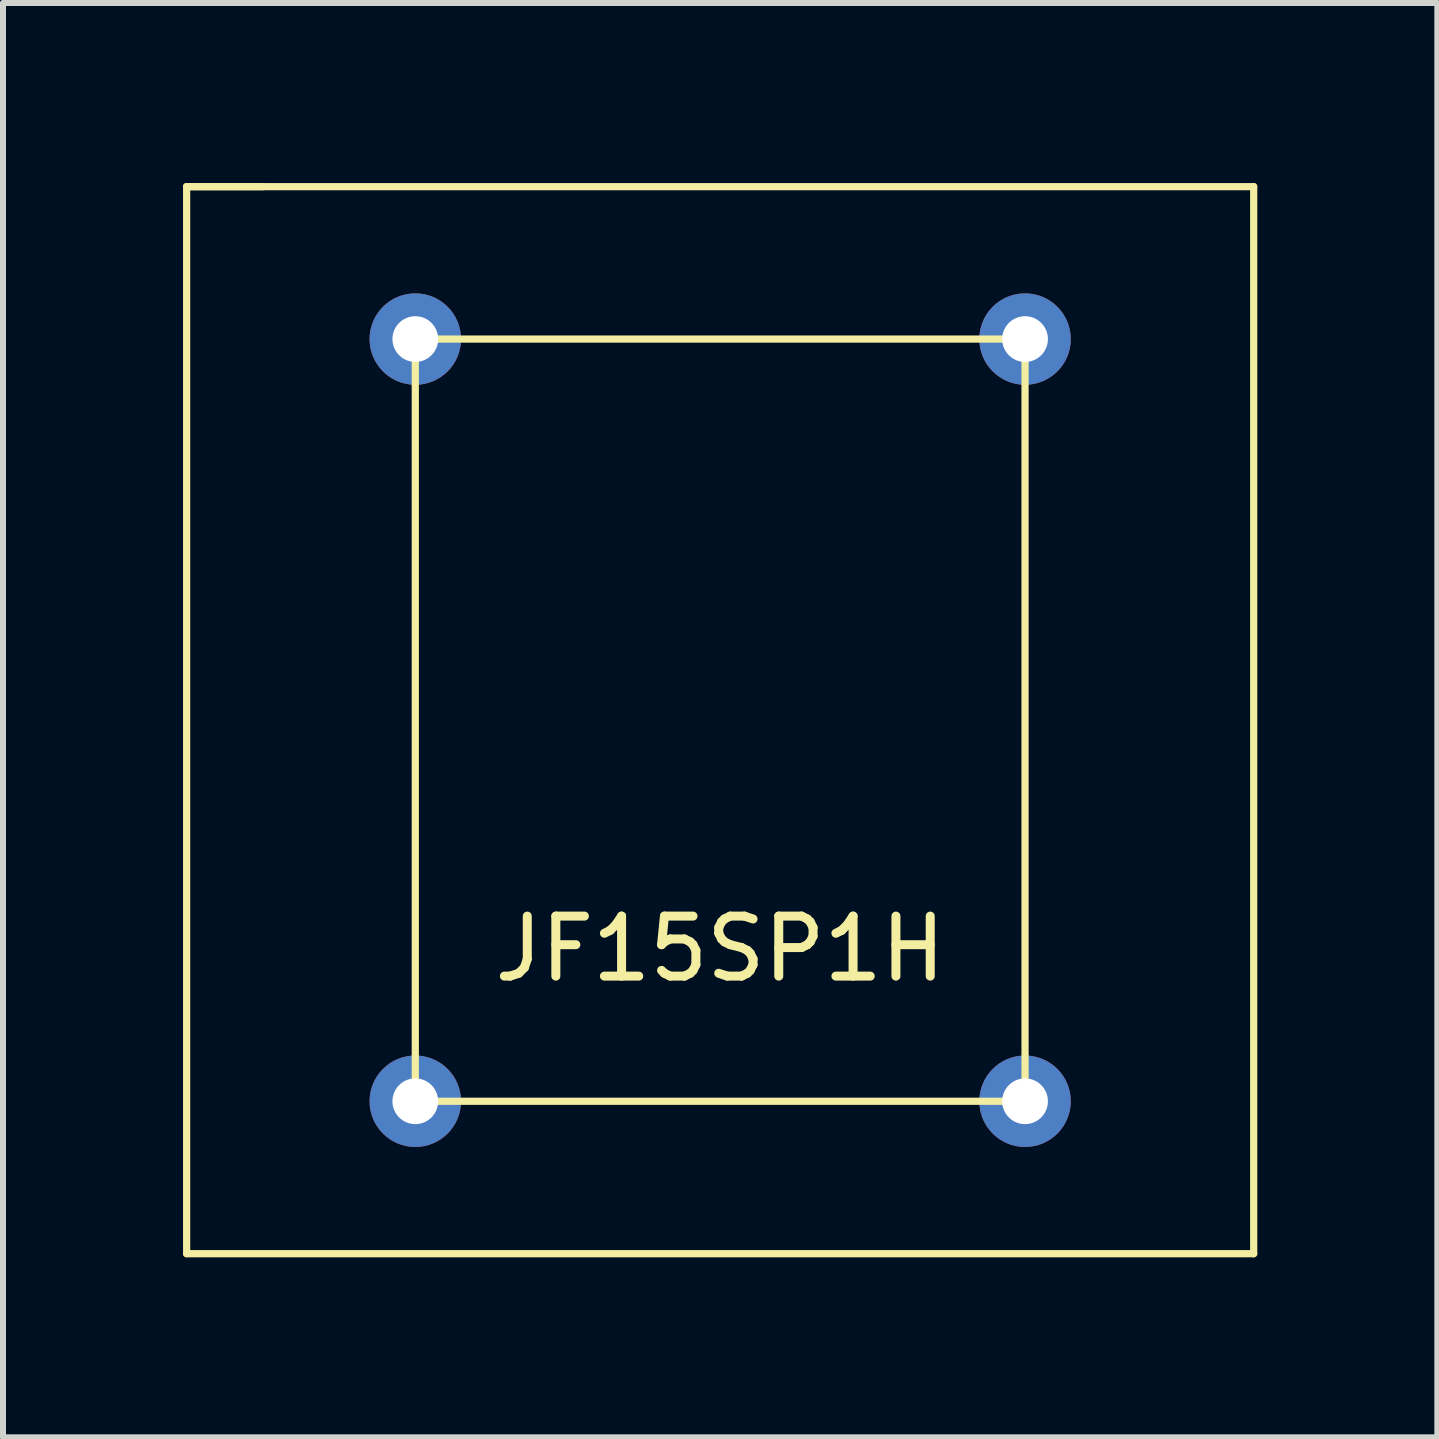
<source format=kicad_pcb>
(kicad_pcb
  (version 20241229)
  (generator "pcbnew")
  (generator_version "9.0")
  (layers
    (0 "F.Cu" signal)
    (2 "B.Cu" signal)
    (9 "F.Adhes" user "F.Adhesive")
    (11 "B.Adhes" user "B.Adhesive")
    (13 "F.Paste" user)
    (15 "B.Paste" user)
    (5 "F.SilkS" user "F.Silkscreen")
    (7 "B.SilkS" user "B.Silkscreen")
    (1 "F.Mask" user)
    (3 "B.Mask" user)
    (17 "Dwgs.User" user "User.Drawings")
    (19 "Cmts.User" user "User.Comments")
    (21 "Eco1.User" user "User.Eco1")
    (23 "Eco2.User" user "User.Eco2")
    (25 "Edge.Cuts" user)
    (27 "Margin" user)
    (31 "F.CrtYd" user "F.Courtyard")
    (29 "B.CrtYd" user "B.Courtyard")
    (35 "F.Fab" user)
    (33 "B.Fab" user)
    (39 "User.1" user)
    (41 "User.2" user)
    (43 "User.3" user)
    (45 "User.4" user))
  (footprint "JF15SP1H"
    (layer "F.Cu")
    (at 8.95 8.95)
    (property "Reference" "JF15SP1H" (at 0 3.81 0) (layer "F.SilkS") (effects (font (size 1 1) (thickness 0.15))))
    (attr through_hole)
    (fp_line (start -8.89 -8.89) (end -7.62 -8.89) (stroke (width 0.12) (type solid)) (layer "F.SilkS"))
    (fp_line (start -8.89 -8.89) (end 8.89 -8.89) (stroke (width 0.12) (type solid)) (layer "F.SilkS"))
    (fp_line (start -8.89 8.89) (end -8.89 -8.89) (stroke (width 0.12) (type solid)) (layer "F.SilkS"))
    (fp_line (start -5.08 -6.35) (end 5.08 -6.35) (stroke (width 0.12) (type solid)) (layer "F.SilkS"))
    (fp_line (start -5.08 6.35) (end -5.08 -6.35) (stroke (width 0.12) (type solid)) (layer "F.SilkS"))
    (fp_line (start 5.08 -6.35) (end 5.08 6.35) (stroke (width 0.12) (type solid)) (layer "F.SilkS"))
    (fp_line (start 5.08 6.35) (end -5.08 6.35) (stroke (width 0.12) (type solid)) (layer "F.SilkS"))
    (fp_line (start 8.89 -8.89) (end 8.89 8.89) (stroke (width 0.12) (type solid)) (layer "F.SilkS"))
    (fp_line (start 8.89 8.89) (end -8.89 8.89) (stroke (width 0.12) (type solid)) (layer "F.SilkS"))
    (pad "1" thru_hole circle (at -5.08 -6.35) (size 1.524 1.524) (drill 0.762) (layers "*.Cu" "*.Mask"))
    (pad "2" thru_hole circle (at -5.08 6.35) (size 1.524 1.524) (drill 0.762) (layers "*.Cu" "*.Mask"))
    (pad "3" thru_hole circle (at 5.08 -6.35) (size 1.524 1.524) (drill 0.762) (layers "*.Cu" "*.Mask"))
    (pad "4" thru_hole circle (at 5.08 6.35) (size 1.524 1.524) (drill 0.762) (layers "*.Cu" "*.Mask")))
  (gr_rect
    (start -3 -3)
    (end 20.9 20.9)
    (stroke (width 0.1) (type default))
    (fill no)
    (layer "Edge.Cuts")))
</source>
